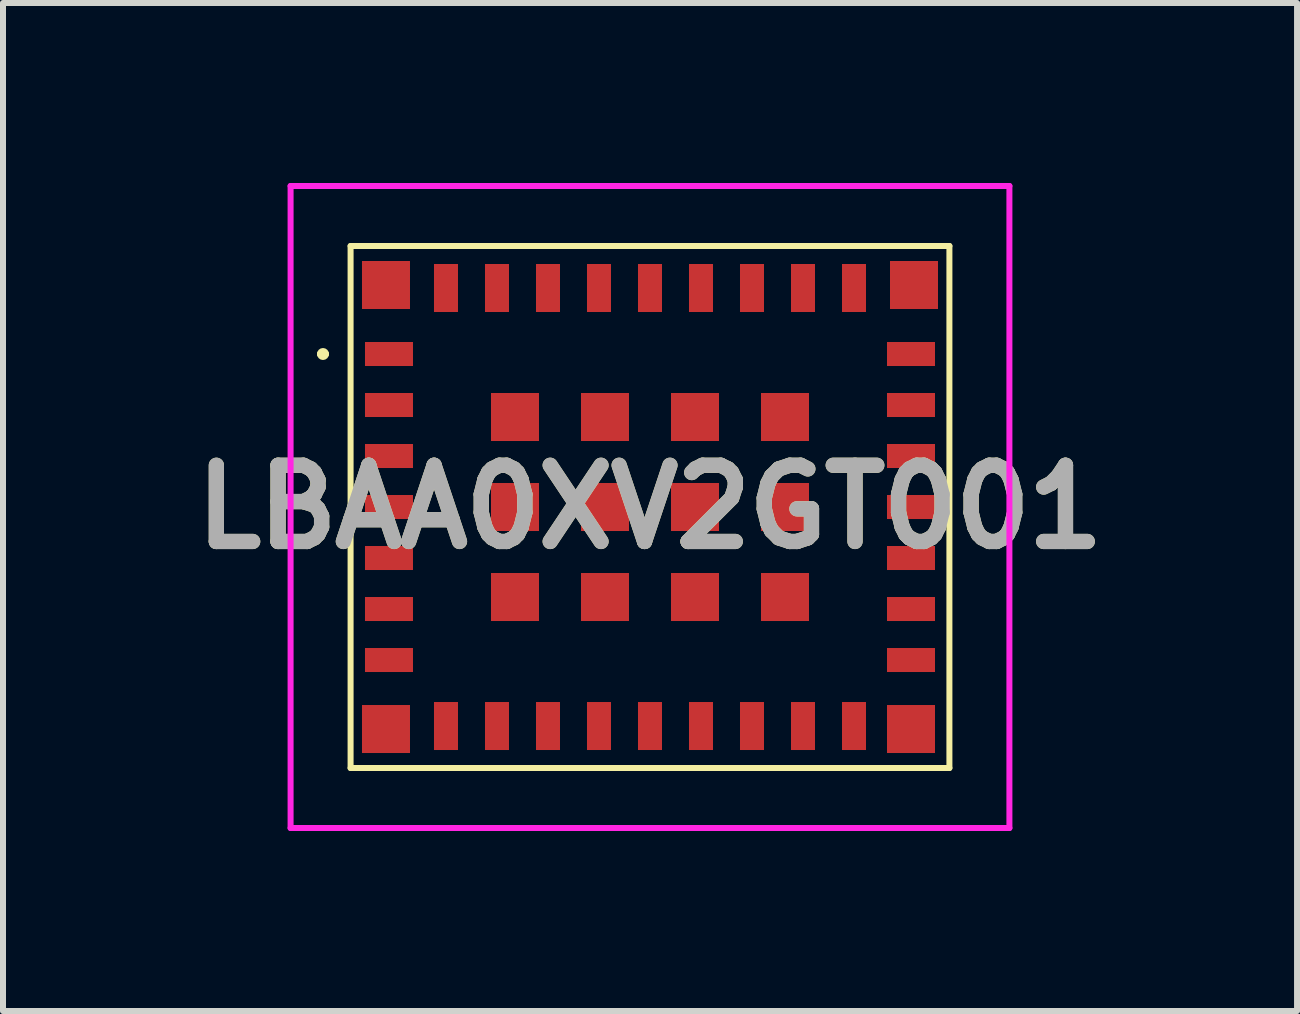
<source format=kicad_pcb>
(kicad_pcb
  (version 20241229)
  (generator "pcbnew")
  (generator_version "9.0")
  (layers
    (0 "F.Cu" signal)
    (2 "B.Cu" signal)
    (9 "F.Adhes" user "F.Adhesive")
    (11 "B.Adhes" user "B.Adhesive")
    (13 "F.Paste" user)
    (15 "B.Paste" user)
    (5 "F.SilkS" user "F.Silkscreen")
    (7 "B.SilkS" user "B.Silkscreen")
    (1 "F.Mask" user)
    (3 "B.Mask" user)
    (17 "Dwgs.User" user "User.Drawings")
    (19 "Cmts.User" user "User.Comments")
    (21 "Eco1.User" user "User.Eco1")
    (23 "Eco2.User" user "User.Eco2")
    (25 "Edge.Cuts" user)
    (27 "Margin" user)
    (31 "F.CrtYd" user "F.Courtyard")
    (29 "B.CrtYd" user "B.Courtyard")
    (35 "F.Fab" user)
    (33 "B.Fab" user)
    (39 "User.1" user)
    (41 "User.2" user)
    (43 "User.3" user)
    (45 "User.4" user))
  (footprint "LBAA0XV2GT001"
    (layer "F.Cu")
    (at 7.783 5.4)
    (property "Reference" "LBAA0XV2GT001" (at 0 0 0) (layer "F.SilkS") (effects (font (size 1.27 1.27) (thickness 0.254))))
    (attr smd)
    (fp_line (start -5.5 -2.55) (end -5.5 -2.55) (stroke (width 0.1) (type solid)) (layer "F.SilkS"))
    (fp_line (start -5.4 -2.55) (end -5.4 -2.55) (stroke (width 0.1) (type solid)) (layer "F.SilkS"))
    (fp_line (start -4.99 -4.35) (end -4.99 4.35) (stroke (width 0.1) (type solid)) (layer "F.SilkS"))
    (fp_line (start -4.99 4.35) (end 4.99 4.35) (stroke (width 0.1) (type solid)) (layer "F.SilkS"))
    (fp_line (start 4.99 -4.35) (end -4.99 -4.35) (stroke (width 0.1) (type solid)) (layer "F.SilkS"))
    (fp_line (start 4.99 4.35) (end 4.99 -4.35) (stroke (width 0.1) (type solid)) (layer "F.SilkS"))
    (fp_arc (start -5.5 -2.55) (mid -5.45 -2.6) (end -5.4 -2.55) (stroke (width 0.1) (type solid)) (layer "F.SilkS"))
    (fp_arc (start -5.4 -2.55) (mid -5.45 -2.5) (end -5.5 -2.55) (stroke (width 0.1) (type solid)) (layer "F.SilkS"))
    (fp_line (start -5.99 -5.35) (end 5.99 -5.35) (stroke (width 0.1) (type solid)) (layer "F.CrtYd"))
    (fp_line (start -5.99 5.35) (end -5.99 -5.35) (stroke (width 0.1) (type solid)) (layer "F.CrtYd"))
    (fp_line (start 5.99 -5.35) (end 5.99 5.35) (stroke (width 0.1) (type solid)) (layer "F.CrtYd"))
    (fp_line (start 5.99 5.35) (end -5.99 5.35) (stroke (width 0.1) (type solid)) (layer "F.CrtYd"))
    (fp_text user "${REFERENCE}" (at 0 0 0) (layer "F.Fab") (effects (font (size 1.27 1.27) (thickness 0.254))))
    (pad "1" smd rect (at -4.35 -2.55 90) (size 0.4 0.8) (layers "F.Cu" "F.Mask" "F.Paste"))
    (pad "2" smd rect (at -4.35 -1.7 90) (size 0.4 0.8) (layers "F.Cu" "F.Mask" "F.Paste"))
    (pad "3" smd rect (at -4.35 -0.85 90) (size 0.4 0.8) (layers "F.Cu" "F.Mask" "F.Paste"))
    (pad "4" smd rect (at -4.35 0 90) (size 0.4 0.8) (layers "F.Cu" "F.Mask" "F.Paste"))
    (pad "5" smd rect (at -4.35 0.85 90) (size 0.4 0.8) (layers "F.Cu" "F.Mask" "F.Paste"))
    (pad "6" smd rect (at -4.35 1.7 90) (size 0.4 0.8) (layers "F.Cu" "F.Mask" "F.Paste"))
    (pad "7" smd rect (at -4.35 2.55 90) (size 0.4 0.8) (layers "F.Cu" "F.Mask" "F.Paste"))
    (pad "8" smd rect (at -4.4 3.7 90) (size 0.8 0.8) (layers "F.Cu" "F.Mask" "F.Paste"))
    (pad "9" smd rect (at -3.4 3.65) (size 0.4 0.8) (layers "F.Cu" "F.Mask" "F.Paste"))
    (pad "10" smd rect (at -2.55 3.65) (size 0.4 0.8) (layers "F.Cu" "F.Mask" "F.Paste"))
    (pad "11" smd rect (at -1.7 3.65) (size 0.4 0.8) (layers "F.Cu" "F.Mask" "F.Paste"))
    (pad "12" smd rect (at -0.85 3.65) (size 0.4 0.8) (layers "F.Cu" "F.Mask" "F.Paste"))
    (pad "13" smd rect (at 0 3.65) (size 0.4 0.8) (layers "F.Cu" "F.Mask" "F.Paste"))
    (pad "14" smd rect (at 0.85 3.65) (size 0.4 0.8) (layers "F.Cu" "F.Mask" "F.Paste"))
    (pad "15" smd rect (at 1.7 3.65) (size 0.4 0.8) (layers "F.Cu" "F.Mask" "F.Paste"))
    (pad "16" smd rect (at 2.55 3.65) (size 0.4 0.8) (layers "F.Cu" "F.Mask" "F.Paste"))
    (pad "17" smd rect (at 3.4 3.65) (size 0.4 0.8) (layers "F.Cu" "F.Mask" "F.Paste"))
    (pad "18" smd rect (at 4.35 3.7 90) (size 0.8 0.8) (layers "F.Cu" "F.Mask" "F.Paste"))
    (pad "19" smd rect (at 4.35 2.55 90) (size 0.4 0.8) (layers "F.Cu" "F.Mask" "F.Paste"))
    (pad "20" smd rect (at 4.35 1.7 90) (size 0.4 0.8) (layers "F.Cu" "F.Mask" "F.Paste"))
    (pad "21" smd rect (at 4.35 0.85 90) (size 0.4 0.8) (layers "F.Cu" "F.Mask" "F.Paste"))
    (pad "22" smd rect (at 4.35 0 90) (size 0.4 0.8) (layers "F.Cu" "F.Mask" "F.Paste"))
    (pad "23" smd rect (at 4.35 -0.85 90) (size 0.4 0.8) (layers "F.Cu" "F.Mask" "F.Paste"))
    (pad "24" smd rect (at 4.35 -1.7 90) (size 0.4 0.8) (layers "F.Cu" "F.Mask" "F.Paste"))
    (pad "25" smd rect (at 4.35 -2.55 90) (size 0.4 0.8) (layers "F.Cu" "F.Mask" "F.Paste"))
    (pad "26" smd rect (at 4.4 -3.7 90) (size 0.8 0.8) (layers "F.Cu" "F.Mask" "F.Paste"))
    (pad "27" smd rect (at 3.4 -3.65) (size 0.4 0.8) (layers "F.Cu" "F.Mask" "F.Paste"))
    (pad "28" smd rect (at 2.55 -3.65) (size 0.4 0.8) (layers "F.Cu" "F.Mask" "F.Paste"))
    (pad "29" smd rect (at 1.7 -3.65) (size 0.4 0.8) (layers "F.Cu" "F.Mask" "F.Paste"))
    (pad "30" smd rect (at 0.85 -3.65) (size 0.4 0.8) (layers "F.Cu" "F.Mask" "F.Paste"))
    (pad "31" smd rect (at 0 -3.65) (size 0.4 0.8) (layers "F.Cu" "F.Mask" "F.Paste"))
    (pad "32" smd rect (at -0.85 -3.65) (size 0.4 0.8) (layers "F.Cu" "F.Mask" "F.Paste"))
    (pad "33" smd rect (at -1.7 -3.65) (size 0.4 0.8) (layers "F.Cu" "F.Mask" "F.Paste"))
    (pad "34" smd rect (at -2.55 -3.65) (size 0.4 0.8) (layers "F.Cu" "F.Mask" "F.Paste"))
    (pad "35" smd rect (at -3.4 -3.65) (size 0.4 0.8) (layers "F.Cu" "F.Mask" "F.Paste"))
    (pad "36" smd rect (at -4.4 -3.7 90) (size 0.8 0.8) (layers "F.Cu" "F.Mask" "F.Paste"))
    (pad "37" smd rect (at -2.25 -1.5 90) (size 0.8 0.8) (layers "F.Cu" "F.Mask" "F.Paste"))
    (pad "38" smd rect (at -2.25 0 90) (size 0.8 0.8) (layers "F.Cu" "F.Mask" "F.Paste"))
    (pad "39" smd rect (at -2.25 1.5 90) (size 0.8 0.8) (layers "F.Cu" "F.Mask" "F.Paste"))
    (pad "40" smd rect (at -0.75 -1.5 90) (size 0.8 0.8) (layers "F.Cu" "F.Mask" "F.Paste"))
    (pad "41" smd rect (at -0.75 0 90) (size 0.8 0.8) (layers "F.Cu" "F.Mask" "F.Paste"))
    (pad "42" smd rect (at -0.75 1.5 90) (size 0.8 0.8) (layers "F.Cu" "F.Mask" "F.Paste"))
    (pad "43" smd rect (at 0.75 -1.5 90) (size 0.8 0.8) (layers "F.Cu" "F.Mask" "F.Paste"))
    (pad "44" smd rect (at 0.75 0 90) (size 0.8 0.8) (layers "F.Cu" "F.Mask" "F.Paste"))
    (pad "45" smd rect (at 0.75 1.5 90) (size 0.8 0.8) (layers "F.Cu" "F.Mask" "F.Paste"))
    (pad "46" smd rect (at 2.25 -1.5 90) (size 0.8 0.8) (layers "F.Cu" "F.Mask" "F.Paste"))
    (pad "47" smd rect (at 2.25 0 90) (size 0.8 0.8) (layers "F.Cu" "F.Mask" "F.Paste"))
    (pad "48" smd rect (at 2.25 1.5 90) (size 0.8 0.8) (layers "F.Cu" "F.Mask" "F.Paste")))
  (gr_rect
    (start -3 -3)
    (end 18.567 13.8)
    (stroke (width 0.1) (type default))
    (fill no)
    (layer "Edge.Cuts")))
</source>
